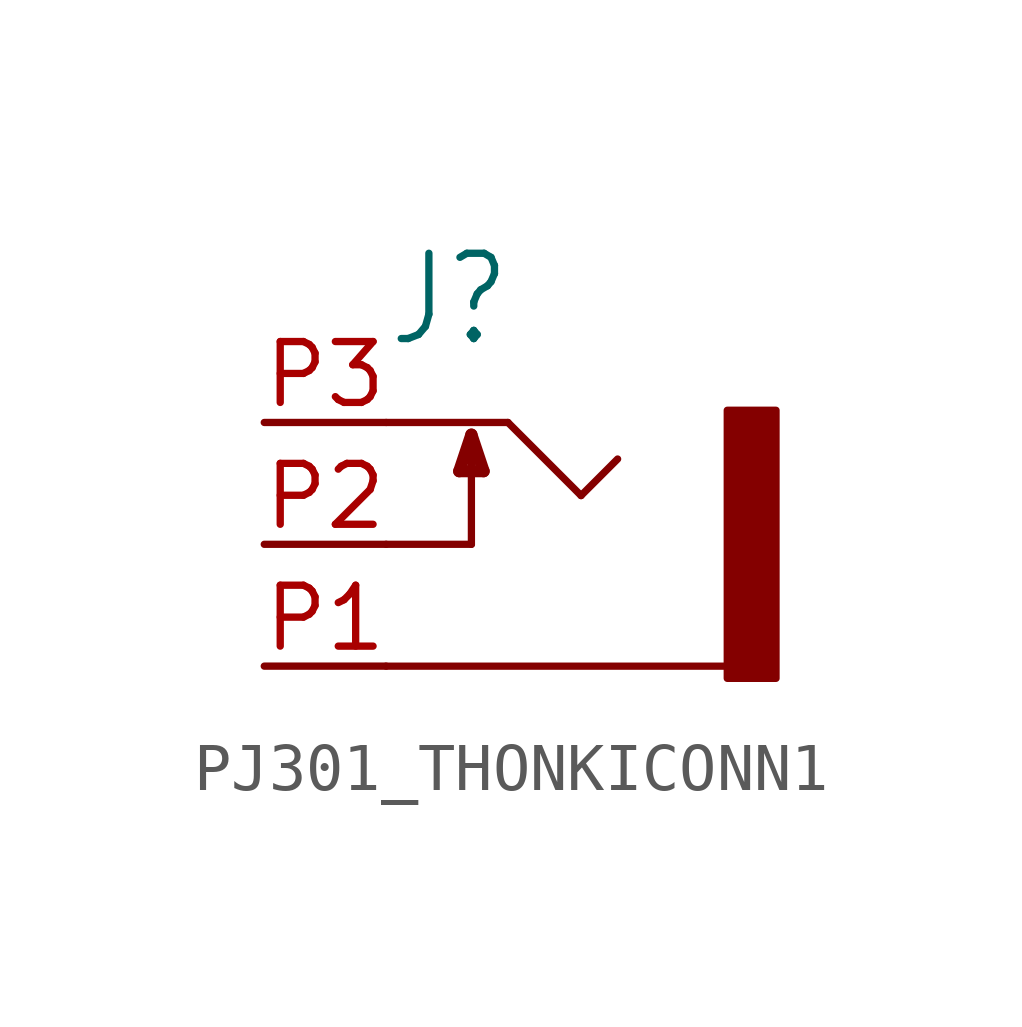
<source format=kicad_sym>
(kicad_symbol_lib
  (version 20211014)
  (generator kicad_symbol_editor)
  (symbol "PJ301_THONKICONN1"
    (property "Reference" "J"
      (at -2.54 4.064 0)
      (effects (font (size 1.778 1.511)) (justify left bottom)))
    (property "ki_locked" ""
      (at 0 0 0)
      (effects (font (size 1.27 1.27))))
    (symbol "PJ301_THONKICONN1_1_0"
      (polyline (pts (xy -2.54 -2.54) (xy 4.572 -2.54)) (stroke (width 0.152) (type default) (color 0 0 0 0)) (fill (type none)))
      (polyline (pts (xy -2.54 0) (xy -0.762 0)) (stroke (width 0.152) (type default) (color 0 0 0 0)) (fill (type none)))
      (polyline (pts (xy -2.54 2.54) (xy 0 2.54)) (stroke (width 0.152) (type default) (color 0 0 0 0)) (fill (type none)))
      (polyline (pts (xy -1.016 1.524) (xy -0.508 1.524)) (stroke (width 0.254) (type default) (color 0 0 0 0)) (fill (type none)))
      (polyline (pts (xy -0.762 0) (xy -0.762 2.286)) (stroke (width 0.152) (type default) (color 0 0 0 0)) (fill (type none)))
      (polyline (pts (xy -0.762 2.286) (xy -1.016 1.524)) (stroke (width 0.254) (type default) (color 0 0 0 0)) (fill (type none)))
      (polyline (pts (xy -0.508 1.524) (xy -0.762 2.286)) (stroke (width 0.254) (type default) (color 0 0 0 0)) (fill (type none)))
      (polyline (pts (xy 0 2.54) (xy 1.524 1.016)) (stroke (width 0.152) (type default) (color 0 0 0 0)) (fill (type none)))
      (polyline (pts (xy 1.524 1.016) (xy 2.286 1.778)) (stroke (width 0.152) (type default) (color 0 0 0 0)) (fill (type none)))
      (rectangle (start 4.572 2.794) (end 5.588 -2.794) (stroke (width 0) (type default) (color 0 0 0 0)) (fill (type outline)))
      (pin passive line (at -5.08 -2.54 0) (length 2.54) (name "1" (effects (font (size 0 0)))) (number "P1" (effects (font (size 1.27 1.27)))))
      (pin passive line (at -5.08 0 0) (length 2.54) (name "2" (effects (font (size 0 0)))) (number "P2" (effects (font (size 1.27 1.27)))))
      (pin passive line (at -5.08 2.54 0) (length 2.54) (name "3" (effects (font (size 0 0)))) (number "P3" (effects (font (size 1.27 1.27))))))))
</source>
